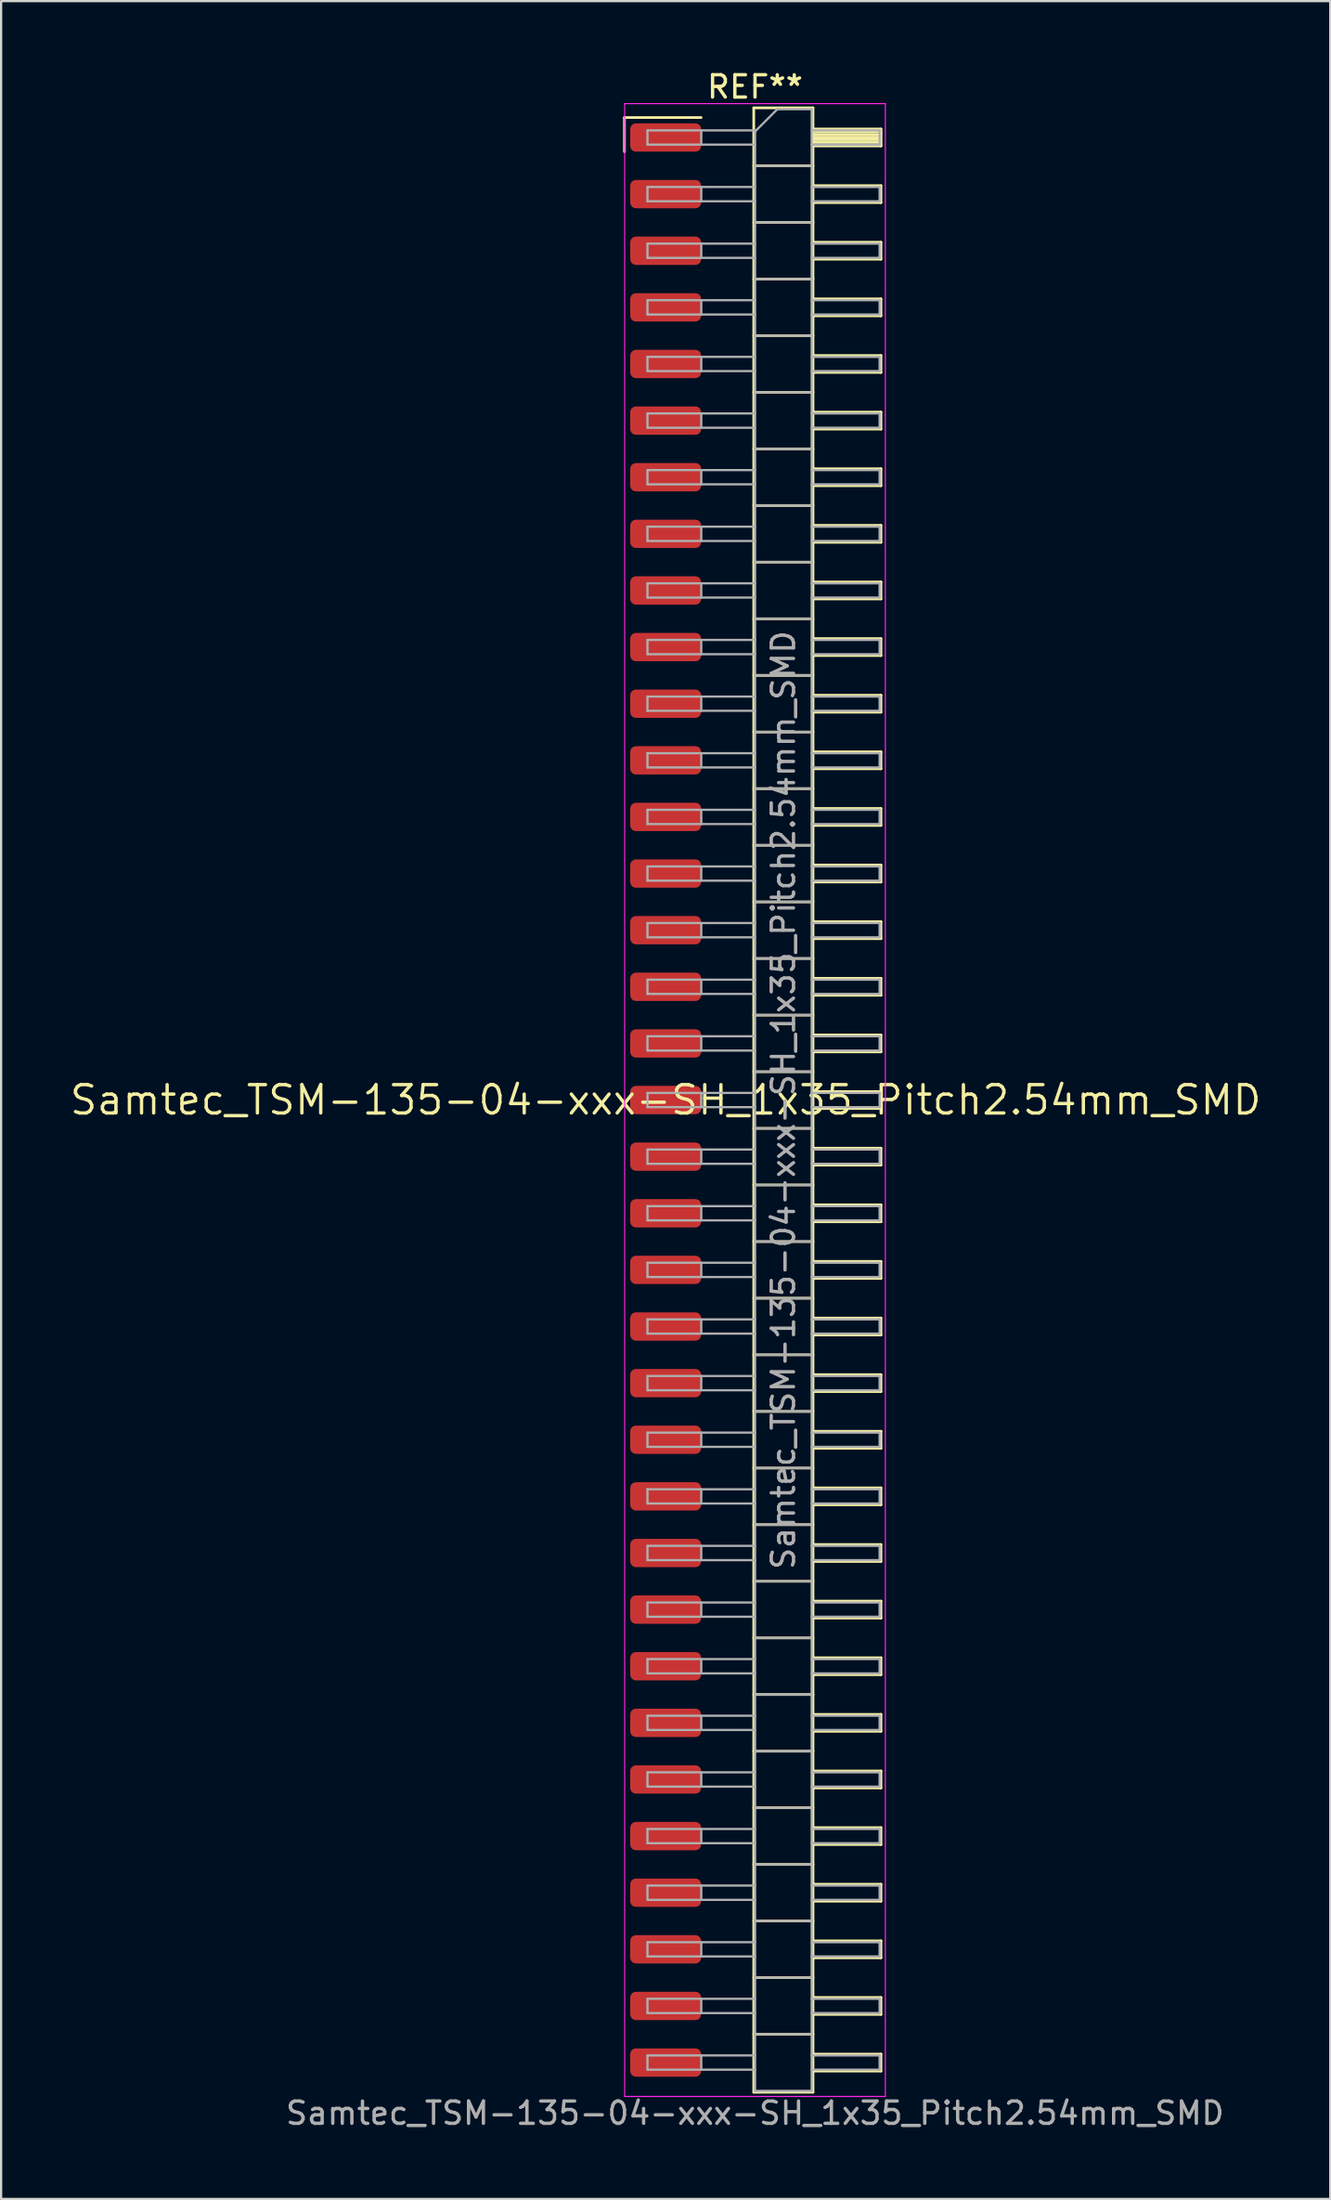
<source format=kicad_pcb>
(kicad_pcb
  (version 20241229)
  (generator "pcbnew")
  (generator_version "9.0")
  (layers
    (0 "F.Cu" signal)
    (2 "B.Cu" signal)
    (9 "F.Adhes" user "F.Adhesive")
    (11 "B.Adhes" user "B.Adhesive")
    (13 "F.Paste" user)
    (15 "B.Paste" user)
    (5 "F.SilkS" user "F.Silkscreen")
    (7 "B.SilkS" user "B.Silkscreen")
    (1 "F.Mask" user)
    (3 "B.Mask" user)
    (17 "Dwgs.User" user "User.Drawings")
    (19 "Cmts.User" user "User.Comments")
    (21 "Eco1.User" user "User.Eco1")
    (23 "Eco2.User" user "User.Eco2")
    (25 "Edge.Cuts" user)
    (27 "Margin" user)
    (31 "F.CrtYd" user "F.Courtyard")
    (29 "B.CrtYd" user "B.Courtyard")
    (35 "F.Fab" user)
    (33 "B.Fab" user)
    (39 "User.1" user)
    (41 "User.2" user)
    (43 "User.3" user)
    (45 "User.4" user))
  (footprint "Samtec_TSM-135-04-xxx-SH_1x35_Pitch2.54mm_SMD"
    (layer "F.Cu")
    (at 26.828 46.298)
    (property "Reference" "Samtec_TSM-135-04-xxx-SH_1x35_Pitch2.54mm_SMD" (at 0 0 0) (layer "F.SilkS") (effects (font (size 1.27 1.27) (thickness 0.15))))
    (attr smd)
    (fp_line (start -1.85 -44.075) (end 1.59 -44.075) (stroke (width 0.12) (type solid)) (layer "F.SilkS"))
    (fp_line (start -1.85 -42.545) (end -1.85 -44.075) (stroke (width 0.12) (type solid)) (layer "F.SilkS"))
    (fp_line (start 3.953 -44.51) (end 6.613 -44.51) (stroke (width 0.12) (type solid)) (layer "F.SilkS"))
    (fp_line (start 3.953 -41.91) (end 6.613 -41.91) (stroke (width 0.12) (type solid)) (layer "F.SilkS"))
    (fp_line (start 3.953 -39.37) (end 6.613 -39.37) (stroke (width 0.12) (type solid)) (layer "F.SilkS"))
    (fp_line (start 3.953 -36.83) (end 6.613 -36.83) (stroke (width 0.12) (type solid)) (layer "F.SilkS"))
    (fp_line (start 3.953 -34.29) (end 6.613 -34.29) (stroke (width 0.12) (type solid)) (layer "F.SilkS"))
    (fp_line (start 3.953 -31.75) (end 6.613 -31.75) (stroke (width 0.12) (type solid)) (layer "F.SilkS"))
    (fp_line (start 3.953 -29.21) (end 6.613 -29.21) (stroke (width 0.12) (type solid)) (layer "F.SilkS"))
    (fp_line (start 3.953 -26.67) (end 6.613 -26.67) (stroke (width 0.12) (type solid)) (layer "F.SilkS"))
    (fp_line (start 3.953 -24.13) (end 6.613 -24.13) (stroke (width 0.12) (type solid)) (layer "F.SilkS"))
    (fp_line (start 3.953 -21.59) (end 6.613 -21.59) (stroke (width 0.12) (type solid)) (layer "F.SilkS"))
    (fp_line (start 3.953 -19.05) (end 6.613 -19.05) (stroke (width 0.12) (type solid)) (layer "F.SilkS"))
    (fp_line (start 3.953 -16.51) (end 6.613 -16.51) (stroke (width 0.12) (type solid)) (layer "F.SilkS"))
    (fp_line (start 3.953 -13.97) (end 6.613 -13.97) (stroke (width 0.12) (type solid)) (layer "F.SilkS"))
    (fp_line (start 3.953 -11.43) (end 6.613 -11.43) (stroke (width 0.12) (type solid)) (layer "F.SilkS"))
    (fp_line (start 3.953 -8.89) (end 6.613 -8.89) (stroke (width 0.12) (type solid)) (layer "F.SilkS"))
    (fp_line (start 3.953 -6.35) (end 6.613 -6.35) (stroke (width 0.12) (type solid)) (layer "F.SilkS"))
    (fp_line (start 3.953 -3.81) (end 6.613 -3.81) (stroke (width 0.12) (type solid)) (layer "F.SilkS"))
    (fp_line (start 3.953 -1.27) (end 6.613 -1.27) (stroke (width 0.12) (type solid)) (layer "F.SilkS"))
    (fp_line (start 3.953 1.27) (end 6.613 1.27) (stroke (width 0.12) (type solid)) (layer "F.SilkS"))
    (fp_line (start 3.953 3.81) (end 6.613 3.81) (stroke (width 0.12) (type solid)) (layer "F.SilkS"))
    (fp_line (start 3.953 6.35) (end 6.613 6.35) (stroke (width 0.12) (type solid)) (layer "F.SilkS"))
    (fp_line (start 3.953 8.89) (end 6.613 8.89) (stroke (width 0.12) (type solid)) (layer "F.SilkS"))
    (fp_line (start 3.953 11.43) (end 6.613 11.43) (stroke (width 0.12) (type solid)) (layer "F.SilkS"))
    (fp_line (start 3.953 13.97) (end 6.613 13.97) (stroke (width 0.12) (type solid)) (layer "F.SilkS"))
    (fp_line (start 3.953 16.51) (end 6.613 16.51) (stroke (width 0.12) (type solid)) (layer "F.SilkS"))
    (fp_line (start 3.953 19.05) (end 6.613 19.05) (stroke (width 0.12) (type solid)) (layer "F.SilkS"))
    (fp_line (start 3.953 21.59) (end 6.613 21.59) (stroke (width 0.12) (type solid)) (layer "F.SilkS"))
    (fp_line (start 3.953 24.13) (end 6.613 24.13) (stroke (width 0.12) (type solid)) (layer "F.SilkS"))
    (fp_line (start 3.953 26.67) (end 6.613 26.67) (stroke (width 0.12) (type solid)) (layer "F.SilkS"))
    (fp_line (start 3.953 29.21) (end 6.613 29.21) (stroke (width 0.12) (type solid)) (layer "F.SilkS"))
    (fp_line (start 3.953 31.75) (end 6.613 31.75) (stroke (width 0.12) (type solid)) (layer "F.SilkS"))
    (fp_line (start 3.953 34.29) (end 6.613 34.29) (stroke (width 0.12) (type solid)) (layer "F.SilkS"))
    (fp_line (start 3.953 36.83) (end 6.613 36.83) (stroke (width 0.12) (type solid)) (layer "F.SilkS"))
    (fp_line (start 3.953 39.37) (end 6.613 39.37) (stroke (width 0.12) (type solid)) (layer "F.SilkS"))
    (fp_line (start 3.953 41.91) (end 6.613 41.91) (stroke (width 0.12) (type solid)) (layer "F.SilkS"))
    (fp_line (start 3.953 44.51) (end 3.953 -44.51) (stroke (width 0.12) (type solid)) (layer "F.SilkS"))
    (fp_line (start 6.613 -44.51) (end 6.613 44.51) (stroke (width 0.12) (type solid)) (layer "F.SilkS"))
    (fp_line (start 6.613 -43.56) (end 9.663 -43.56) (stroke (width 0.12) (type solid)) (layer "F.SilkS"))
    (fp_line (start 6.613 -43.44) (end 9.663 -43.44) (stroke (width 0.12) (type solid)) (layer "F.SilkS"))
    (fp_line (start 6.613 -43.32) (end 9.663 -43.32) (stroke (width 0.12) (type solid)) (layer "F.SilkS"))
    (fp_line (start 6.613 -43.2) (end 9.663 -43.2) (stroke (width 0.12) (type solid)) (layer "F.SilkS"))
    (fp_line (start 6.613 -43.08) (end 9.663 -43.08) (stroke (width 0.12) (type solid)) (layer "F.SilkS"))
    (fp_line (start 6.613 -42.96) (end 9.663 -42.96) (stroke (width 0.12) (type solid)) (layer "F.SilkS"))
    (fp_line (start 6.613 -42.84) (end 9.663 -42.84) (stroke (width 0.12) (type solid)) (layer "F.SilkS"))
    (fp_line (start 6.613 -42.8) (end 9.663 -42.8) (stroke (width 0.12) (type solid)) (layer "F.SilkS"))
    (fp_line (start 6.613 -41.02) (end 9.663 -41.02) (stroke (width 0.12) (type solid)) (layer "F.SilkS"))
    (fp_line (start 6.613 -40.26) (end 9.663 -40.26) (stroke (width 0.12) (type solid)) (layer "F.SilkS"))
    (fp_line (start 6.613 -38.48) (end 9.663 -38.48) (stroke (width 0.12) (type solid)) (layer "F.SilkS"))
    (fp_line (start 6.613 -37.72) (end 9.663 -37.72) (stroke (width 0.12) (type solid)) (layer "F.SilkS"))
    (fp_line (start 6.613 -35.94) (end 9.663 -35.94) (stroke (width 0.12) (type solid)) (layer "F.SilkS"))
    (fp_line (start 6.613 -35.18) (end 9.663 -35.18) (stroke (width 0.12) (type solid)) (layer "F.SilkS"))
    (fp_line (start 6.613 -33.4) (end 9.663 -33.4) (stroke (width 0.12) (type solid)) (layer "F.SilkS"))
    (fp_line (start 6.613 -32.64) (end 9.663 -32.64) (stroke (width 0.12) (type solid)) (layer "F.SilkS"))
    (fp_line (start 6.613 -30.86) (end 9.663 -30.86) (stroke (width 0.12) (type solid)) (layer "F.SilkS"))
    (fp_line (start 6.613 -30.1) (end 9.663 -30.1) (stroke (width 0.12) (type solid)) (layer "F.SilkS"))
    (fp_line (start 6.613 -28.32) (end 9.663 -28.32) (stroke (width 0.12) (type solid)) (layer "F.SilkS"))
    (fp_line (start 6.613 -27.56) (end 9.663 -27.56) (stroke (width 0.12) (type solid)) (layer "F.SilkS"))
    (fp_line (start 6.613 -25.78) (end 9.663 -25.78) (stroke (width 0.12) (type solid)) (layer "F.SilkS"))
    (fp_line (start 6.613 -25.02) (end 9.663 -25.02) (stroke (width 0.12) (type solid)) (layer "F.SilkS"))
    (fp_line (start 6.613 -23.24) (end 9.663 -23.24) (stroke (width 0.12) (type solid)) (layer "F.SilkS"))
    (fp_line (start 6.613 -22.48) (end 9.663 -22.48) (stroke (width 0.12) (type solid)) (layer "F.SilkS"))
    (fp_line (start 6.613 -20.7) (end 9.663 -20.7) (stroke (width 0.12) (type solid)) (layer "F.SilkS"))
    (fp_line (start 6.613 -19.94) (end 9.663 -19.94) (stroke (width 0.12) (type solid)) (layer "F.SilkS"))
    (fp_line (start 6.613 -18.16) (end 9.663 -18.16) (stroke (width 0.12) (type solid)) (layer "F.SilkS"))
    (fp_line (start 6.613 -17.4) (end 9.663 -17.4) (stroke (width 0.12) (type solid)) (layer "F.SilkS"))
    (fp_line (start 6.613 -15.62) (end 9.663 -15.62) (stroke (width 0.12) (type solid)) (layer "F.SilkS"))
    (fp_line (start 6.613 -14.86) (end 9.663 -14.86) (stroke (width 0.12) (type solid)) (layer "F.SilkS"))
    (fp_line (start 6.613 -13.08) (end 9.663 -13.08) (stroke (width 0.12) (type solid)) (layer "F.SilkS"))
    (fp_line (start 6.613 -12.32) (end 9.663 -12.32) (stroke (width 0.12) (type solid)) (layer "F.SilkS"))
    (fp_line (start 6.613 -10.54) (end 9.663 -10.54) (stroke (width 0.12) (type solid)) (layer "F.SilkS"))
    (fp_line (start 6.613 -9.78) (end 9.663 -9.78) (stroke (width 0.12) (type solid)) (layer "F.SilkS"))
    (fp_line (start 6.613 -8) (end 9.663 -8) (stroke (width 0.12) (type solid)) (layer "F.SilkS"))
    (fp_line (start 6.613 -7.24) (end 9.663 -7.24) (stroke (width 0.12) (type solid)) (layer "F.SilkS"))
    (fp_line (start 6.613 -5.46) (end 9.663 -5.46) (stroke (width 0.12) (type solid)) (layer "F.SilkS"))
    (fp_line (start 6.613 -4.7) (end 9.663 -4.7) (stroke (width 0.12) (type solid)) (layer "F.SilkS"))
    (fp_line (start 6.613 -2.92) (end 9.663 -2.92) (stroke (width 0.12) (type solid)) (layer "F.SilkS"))
    (fp_line (start 6.613 -2.16) (end 9.663 -2.16) (stroke (width 0.12) (type solid)) (layer "F.SilkS"))
    (fp_line (start 6.613 -0.38) (end 9.663 -0.38) (stroke (width 0.12) (type solid)) (layer "F.SilkS"))
    (fp_line (start 6.613 0.38) (end 9.663 0.38) (stroke (width 0.12) (type solid)) (layer "F.SilkS"))
    (fp_line (start 6.613 2.16) (end 9.663 2.16) (stroke (width 0.12) (type solid)) (layer "F.SilkS"))
    (fp_line (start 6.613 2.92) (end 9.663 2.92) (stroke (width 0.12) (type solid)) (layer "F.SilkS"))
    (fp_line (start 6.613 4.7) (end 9.663 4.7) (stroke (width 0.12) (type solid)) (layer "F.SilkS"))
    (fp_line (start 6.613 5.46) (end 9.663 5.46) (stroke (width 0.12) (type solid)) (layer "F.SilkS"))
    (fp_line (start 6.613 7.24) (end 9.663 7.24) (stroke (width 0.12) (type solid)) (layer "F.SilkS"))
    (fp_line (start 6.613 8) (end 9.663 8) (stroke (width 0.12) (type solid)) (layer "F.SilkS"))
    (fp_line (start 6.613 9.78) (end 9.663 9.78) (stroke (width 0.12) (type solid)) (layer "F.SilkS"))
    (fp_line (start 6.613 10.54) (end 9.663 10.54) (stroke (width 0.12) (type solid)) (layer "F.SilkS"))
    (fp_line (start 6.613 12.32) (end 9.663 12.32) (stroke (width 0.12) (type solid)) (layer "F.SilkS"))
    (fp_line (start 6.613 13.08) (end 9.663 13.08) (stroke (width 0.12) (type solid)) (layer "F.SilkS"))
    (fp_line (start 6.613 14.86) (end 9.663 14.86) (stroke (width 0.12) (type solid)) (layer "F.SilkS"))
    (fp_line (start 6.613 15.62) (end 9.663 15.62) (stroke (width 0.12) (type solid)) (layer "F.SilkS"))
    (fp_line (start 6.613 17.4) (end 9.663 17.4) (stroke (width 0.12) (type solid)) (layer "F.SilkS"))
    (fp_line (start 6.613 18.16) (end 9.663 18.16) (stroke (width 0.12) (type solid)) (layer "F.SilkS"))
    (fp_line (start 6.613 19.94) (end 9.663 19.94) (stroke (width 0.12) (type solid)) (layer "F.SilkS"))
    (fp_line (start 6.613 20.7) (end 9.663 20.7) (stroke (width 0.12) (type solid)) (layer "F.SilkS"))
    (fp_line (start 6.613 22.48) (end 9.663 22.48) (stroke (width 0.12) (type solid)) (layer "F.SilkS"))
    (fp_line (start 6.613 23.24) (end 9.663 23.24) (stroke (width 0.12) (type solid)) (layer "F.SilkS"))
    (fp_line (start 6.613 25.02) (end 9.663 25.02) (stroke (width 0.12) (type solid)) (layer "F.SilkS"))
    (fp_line (start 6.613 25.78) (end 9.663 25.78) (stroke (width 0.12) (type solid)) (layer "F.SilkS"))
    (fp_line (start 6.613 27.56) (end 9.663 27.56) (stroke (width 0.12) (type solid)) (layer "F.SilkS"))
    (fp_line (start 6.613 28.32) (end 9.663 28.32) (stroke (width 0.12) (type solid)) (layer "F.SilkS"))
    (fp_line (start 6.613 30.1) (end 9.663 30.1) (stroke (width 0.12) (type solid)) (layer "F.SilkS"))
    (fp_line (start 6.613 30.86) (end 9.663 30.86) (stroke (width 0.12) (type solid)) (layer "F.SilkS"))
    (fp_line (start 6.613 32.64) (end 9.663 32.64) (stroke (width 0.12) (type solid)) (layer "F.SilkS"))
    (fp_line (start 6.613 33.4) (end 9.663 33.4) (stroke (width 0.12) (type solid)) (layer "F.SilkS"))
    (fp_line (start 6.613 35.18) (end 9.663 35.18) (stroke (width 0.12) (type solid)) (layer "F.SilkS"))
    (fp_line (start 6.613 35.94) (end 9.663 35.94) (stroke (width 0.12) (type solid)) (layer "F.SilkS"))
    (fp_line (start 6.613 37.72) (end 9.663 37.72) (stroke (width 0.12) (type solid)) (layer "F.SilkS"))
    (fp_line (start 6.613 38.48) (end 9.663 38.48) (stroke (width 0.12) (type solid)) (layer "F.SilkS"))
    (fp_line (start 6.613 40.26) (end 9.663 40.26) (stroke (width 0.12) (type solid)) (layer "F.SilkS"))
    (fp_line (start 6.613 41.02) (end 9.663 41.02) (stroke (width 0.12) (type solid)) (layer "F.SilkS"))
    (fp_line (start 6.613 42.8) (end 9.663 42.8) (stroke (width 0.12) (type solid)) (layer "F.SilkS"))
    (fp_line (start 6.613 43.56) (end 9.663 43.56) (stroke (width 0.12) (type solid)) (layer "F.SilkS"))
    (fp_line (start 6.613 44.51) (end 3.953 44.51) (stroke (width 0.12) (type solid)) (layer "F.SilkS"))
    (fp_line (start 9.663 -43.56) (end 9.663 -42.8) (stroke (width 0.12) (type solid)) (layer "F.SilkS"))
    (fp_line (start 9.663 -41.02) (end 9.663 -40.26) (stroke (width 0.12) (type solid)) (layer "F.SilkS"))
    (fp_line (start 9.663 -38.48) (end 9.663 -37.72) (stroke (width 0.12) (type solid)) (layer "F.SilkS"))
    (fp_line (start 9.663 -35.94) (end 9.663 -35.18) (stroke (width 0.12) (type solid)) (layer "F.SilkS"))
    (fp_line (start 9.663 -33.4) (end 9.663 -32.64) (stroke (width 0.12) (type solid)) (layer "F.SilkS"))
    (fp_line (start 9.663 -30.86) (end 9.663 -30.1) (stroke (width 0.12) (type solid)) (layer "F.SilkS"))
    (fp_line (start 9.663 -28.32) (end 9.663 -27.56) (stroke (width 0.12) (type solid)) (layer "F.SilkS"))
    (fp_line (start 9.663 -25.78) (end 9.663 -25.02) (stroke (width 0.12) (type solid)) (layer "F.SilkS"))
    (fp_line (start 9.663 -23.24) (end 9.663 -22.48) (stroke (width 0.12) (type solid)) (layer "F.SilkS"))
    (fp_line (start 9.663 -20.7) (end 9.663 -19.94) (stroke (width 0.12) (type solid)) (layer "F.SilkS"))
    (fp_line (start 9.663 -18.16) (end 9.663 -17.4) (stroke (width 0.12) (type solid)) (layer "F.SilkS"))
    (fp_line (start 9.663 -15.62) (end 9.663 -14.86) (stroke (width 0.12) (type solid)) (layer "F.SilkS"))
    (fp_line (start 9.663 -13.08) (end 9.663 -12.32) (stroke (width 0.12) (type solid)) (layer "F.SilkS"))
    (fp_line (start 9.663 -10.54) (end 9.663 -9.78) (stroke (width 0.12) (type solid)) (layer "F.SilkS"))
    (fp_line (start 9.663 -8) (end 9.663 -7.24) (stroke (width 0.12) (type solid)) (layer "F.SilkS"))
    (fp_line (start 9.663 -5.46) (end 9.663 -4.7) (stroke (width 0.12) (type solid)) (layer "F.SilkS"))
    (fp_line (start 9.663 -2.92) (end 9.663 -2.16) (stroke (width 0.12) (type solid)) (layer "F.SilkS"))
    (fp_line (start 9.663 -0.38) (end 9.663 0.38) (stroke (width 0.12) (type solid)) (layer "F.SilkS"))
    (fp_line (start 9.663 2.16) (end 9.663 2.92) (stroke (width 0.12) (type solid)) (layer "F.SilkS"))
    (fp_line (start 9.663 4.7) (end 9.663 5.46) (stroke (width 0.12) (type solid)) (layer "F.SilkS"))
    (fp_line (start 9.663 7.24) (end 9.663 8) (stroke (width 0.12) (type solid)) (layer "F.SilkS"))
    (fp_line (start 9.663 9.78) (end 9.663 10.54) (stroke (width 0.12) (type solid)) (layer "F.SilkS"))
    (fp_line (start 9.663 12.32) (end 9.663 13.08) (stroke (width 0.12) (type solid)) (layer "F.SilkS"))
    (fp_line (start 9.663 14.86) (end 9.663 15.62) (stroke (width 0.12) (type solid)) (layer "F.SilkS"))
    (fp_line (start 9.663 17.4) (end 9.663 18.16) (stroke (width 0.12) (type solid)) (layer "F.SilkS"))
    (fp_line (start 9.663 19.94) (end 9.663 20.7) (stroke (width 0.12) (type solid)) (layer "F.SilkS"))
    (fp_line (start 9.663 22.48) (end 9.663 23.24) (stroke (width 0.12) (type solid)) (layer "F.SilkS"))
    (fp_line (start 9.663 25.02) (end 9.663 25.78) (stroke (width 0.12) (type solid)) (layer "F.SilkS"))
    (fp_line (start 9.663 27.56) (end 9.663 28.32) (stroke (width 0.12) (type solid)) (layer "F.SilkS"))
    (fp_line (start 9.663 30.1) (end 9.663 30.86) (stroke (width 0.12) (type solid)) (layer "F.SilkS"))
    (fp_line (start 9.663 32.64) (end 9.663 33.4) (stroke (width 0.12) (type solid)) (layer "F.SilkS"))
    (fp_line (start 9.663 35.18) (end 9.663 35.94) (stroke (width 0.12) (type solid)) (layer "F.SilkS"))
    (fp_line (start 9.663 37.72) (end 9.663 38.48) (stroke (width 0.12) (type solid)) (layer "F.SilkS"))
    (fp_line (start 9.663 40.26) (end 9.663 41.02) (stroke (width 0.12) (type solid)) (layer "F.SilkS"))
    (fp_line (start 9.663 42.8) (end 9.663 43.56) (stroke (width 0.12) (type solid)) (layer "F.SilkS"))
    (fp_line (start -1.84 -44.7) (end 9.86 -44.7) (stroke (width 0.05) (type solid)) (layer "F.CrtYd"))
    (fp_line (start -1.84 44.7) (end -1.84 -44.7) (stroke (width 0.05) (type solid)) (layer "F.CrtYd"))
    (fp_line (start 9.86 -44.7) (end 9.86 44.7) (stroke (width 0.05) (type solid)) (layer "F.CrtYd"))
    (fp_line (start 9.86 44.7) (end -1.84 44.7) (stroke (width 0.05) (type solid)) (layer "F.CrtYd"))
    (fp_line (start -0.817 -43.5) (end -0.817 -42.86) (stroke (width 0.1) (type solid)) (layer "F.Fab"))
    (fp_line (start -0.817 -43.5) (end 4.013 -43.5) (stroke (width 0.1) (type solid)) (layer "F.Fab"))
    (fp_line (start -0.817 -42.86) (end 4.013 -42.86) (stroke (width 0.1) (type solid)) (layer "F.Fab"))
    (fp_line (start -0.817 -40.96) (end -0.817 -40.32) (stroke (width 0.1) (type solid)) (layer "F.Fab"))
    (fp_line (start -0.817 -40.96) (end 4.013 -40.96) (stroke (width 0.1) (type solid)) (layer "F.Fab"))
    (fp_line (start -0.817 -40.32) (end 4.013 -40.32) (stroke (width 0.1) (type solid)) (layer "F.Fab"))
    (fp_line (start -0.817 -38.42) (end -0.817 -37.78) (stroke (width 0.1) (type solid)) (layer "F.Fab"))
    (fp_line (start -0.817 -38.42) (end 4.013 -38.42) (stroke (width 0.1) (type solid)) (layer "F.Fab"))
    (fp_line (start -0.817 -37.78) (end 4.013 -37.78) (stroke (width 0.1) (type solid)) (layer "F.Fab"))
    (fp_line (start -0.817 -35.88) (end -0.817 -35.24) (stroke (width 0.1) (type solid)) (layer "F.Fab"))
    (fp_line (start -0.817 -35.88) (end 4.013 -35.88) (stroke (width 0.1) (type solid)) (layer "F.Fab"))
    (fp_line (start -0.817 -35.24) (end 4.013 -35.24) (stroke (width 0.1) (type solid)) (layer "F.Fab"))
    (fp_line (start -0.817 -33.34) (end -0.817 -32.7) (stroke (width 0.1) (type solid)) (layer "F.Fab"))
    (fp_line (start -0.817 -33.34) (end 4.013 -33.34) (stroke (width 0.1) (type solid)) (layer "F.Fab"))
    (fp_line (start -0.817 -32.7) (end 4.013 -32.7) (stroke (width 0.1) (type solid)) (layer "F.Fab"))
    (fp_line (start -0.817 -30.8) (end -0.817 -30.16) (stroke (width 0.1) (type solid)) (layer "F.Fab"))
    (fp_line (start -0.817 -30.8) (end 4.013 -30.8) (stroke (width 0.1) (type solid)) (layer "F.Fab"))
    (fp_line (start -0.817 -30.16) (end 4.013 -30.16) (stroke (width 0.1) (type solid)) (layer "F.Fab"))
    (fp_line (start -0.817 -28.26) (end -0.817 -27.62) (stroke (width 0.1) (type solid)) (layer "F.Fab"))
    (fp_line (start -0.817 -28.26) (end 4.013 -28.26) (stroke (width 0.1) (type solid)) (layer "F.Fab"))
    (fp_line (start -0.817 -27.62) (end 4.013 -27.62) (stroke (width 0.1) (type solid)) (layer "F.Fab"))
    (fp_line (start -0.817 -25.72) (end -0.817 -25.08) (stroke (width 0.1) (type solid)) (layer "F.Fab"))
    (fp_line (start -0.817 -25.72) (end 4.013 -25.72) (stroke (width 0.1) (type solid)) (layer "F.Fab"))
    (fp_line (start -0.817 -25.08) (end 4.013 -25.08) (stroke (width 0.1) (type solid)) (layer "F.Fab"))
    (fp_line (start -0.817 -23.18) (end -0.817 -22.54) (stroke (width 0.1) (type solid)) (layer "F.Fab"))
    (fp_line (start -0.817 -23.18) (end 4.013 -23.18) (stroke (width 0.1) (type solid)) (layer "F.Fab"))
    (fp_line (start -0.817 -22.54) (end 4.013 -22.54) (stroke (width 0.1) (type solid)) (layer "F.Fab"))
    (fp_line (start -0.817 -20.64) (end -0.817 -20) (stroke (width 0.1) (type solid)) (layer "F.Fab"))
    (fp_line (start -0.817 -20.64) (end 4.013 -20.64) (stroke (width 0.1) (type solid)) (layer "F.Fab"))
    (fp_line (start -0.817 -20) (end 4.013 -20) (stroke (width 0.1) (type solid)) (layer "F.Fab"))
    (fp_line (start -0.817 -18.1) (end -0.817 -17.46) (stroke (width 0.1) (type solid)) (layer "F.Fab"))
    (fp_line (start -0.817 -18.1) (end 4.013 -18.1) (stroke (width 0.1) (type solid)) (layer "F.Fab"))
    (fp_line (start -0.817 -17.46) (end 4.013 -17.46) (stroke (width 0.1) (type solid)) (layer "F.Fab"))
    (fp_line (start -0.817 -15.56) (end -0.817 -14.92) (stroke (width 0.1) (type solid)) (layer "F.Fab"))
    (fp_line (start -0.817 -15.56) (end 4.013 -15.56) (stroke (width 0.1) (type solid)) (layer "F.Fab"))
    (fp_line (start -0.817 -14.92) (end 4.013 -14.92) (stroke (width 0.1) (type solid)) (layer "F.Fab"))
    (fp_line (start -0.817 -13.02) (end -0.817 -12.38) (stroke (width 0.1) (type solid)) (layer "F.Fab"))
    (fp_line (start -0.817 -13.02) (end 4.013 -13.02) (stroke (width 0.1) (type solid)) (layer "F.Fab"))
    (fp_line (start -0.817 -12.38) (end 4.013 -12.38) (stroke (width 0.1) (type solid)) (layer "F.Fab"))
    (fp_line (start -0.817 -10.48) (end -0.817 -9.84) (stroke (width 0.1) (type solid)) (layer "F.Fab"))
    (fp_line (start -0.817 -10.48) (end 4.013 -10.48) (stroke (width 0.1) (type solid)) (layer "F.Fab"))
    (fp_line (start -0.817 -9.84) (end 4.013 -9.84) (stroke (width 0.1) (type solid)) (layer "F.Fab"))
    (fp_line (start -0.817 -7.94) (end -0.817 -7.3) (stroke (width 0.1) (type solid)) (layer "F.Fab"))
    (fp_line (start -0.817 -7.94) (end 4.013 -7.94) (stroke (width 0.1) (type solid)) (layer "F.Fab"))
    (fp_line (start -0.817 -7.3) (end 4.013 -7.3) (stroke (width 0.1) (type solid)) (layer "F.Fab"))
    (fp_line (start -0.817 -5.4) (end -0.817 -4.76) (stroke (width 0.1) (type solid)) (layer "F.Fab"))
    (fp_line (start -0.817 -5.4) (end 4.013 -5.4) (stroke (width 0.1) (type solid)) (layer "F.Fab"))
    (fp_line (start -0.817 -4.76) (end 4.013 -4.76) (stroke (width 0.1) (type solid)) (layer "F.Fab"))
    (fp_line (start -0.817 -2.86) (end -0.817 -2.22) (stroke (width 0.1) (type solid)) (layer "F.Fab"))
    (fp_line (start -0.817 -2.86) (end 4.013 -2.86) (stroke (width 0.1) (type solid)) (layer "F.Fab"))
    (fp_line (start -0.817 -2.22) (end 4.013 -2.22) (stroke (width 0.1) (type solid)) (layer "F.Fab"))
    (fp_line (start -0.817 -0.32) (end -0.817 0.32) (stroke (width 0.1) (type solid)) (layer "F.Fab"))
    (fp_line (start -0.817 -0.32) (end 4.013 -0.32) (stroke (width 0.1) (type solid)) (layer "F.Fab"))
    (fp_line (start -0.817 0.32) (end 4.013 0.32) (stroke (width 0.1) (type solid)) (layer "F.Fab"))
    (fp_line (start -0.817 2.22) (end -0.817 2.86) (stroke (width 0.1) (type solid)) (layer "F.Fab"))
    (fp_line (start -0.817 2.22) (end 4.013 2.22) (stroke (width 0.1) (type solid)) (layer "F.Fab"))
    (fp_line (start -0.817 2.86) (end 4.013 2.86) (stroke (width 0.1) (type solid)) (layer "F.Fab"))
    (fp_line (start -0.817 4.76) (end -0.817 5.4) (stroke (width 0.1) (type solid)) (layer "F.Fab"))
    (fp_line (start -0.817 4.76) (end 4.013 4.76) (stroke (width 0.1) (type solid)) (layer "F.Fab"))
    (fp_line (start -0.817 5.4) (end 4.013 5.4) (stroke (width 0.1) (type solid)) (layer "F.Fab"))
    (fp_line (start -0.817 7.3) (end -0.817 7.94) (stroke (width 0.1) (type solid)) (layer "F.Fab"))
    (fp_line (start -0.817 7.3) (end 4.013 7.3) (stroke (width 0.1) (type solid)) (layer "F.Fab"))
    (fp_line (start -0.817 7.94) (end 4.013 7.94) (stroke (width 0.1) (type solid)) (layer "F.Fab"))
    (fp_line (start -0.817 9.84) (end -0.817 10.48) (stroke (width 0.1) (type solid)) (layer "F.Fab"))
    (fp_line (start -0.817 9.84) (end 4.013 9.84) (stroke (width 0.1) (type solid)) (layer "F.Fab"))
    (fp_line (start -0.817 10.48) (end 4.013 10.48) (stroke (width 0.1) (type solid)) (layer "F.Fab"))
    (fp_line (start -0.817 12.38) (end -0.817 13.02) (stroke (width 0.1) (type solid)) (layer "F.Fab"))
    (fp_line (start -0.817 12.38) (end 4.013 12.38) (stroke (width 0.1) (type solid)) (layer "F.Fab"))
    (fp_line (start -0.817 13.02) (end 4.013 13.02) (stroke (width 0.1) (type solid)) (layer "F.Fab"))
    (fp_line (start -0.817 14.92) (end -0.817 15.56) (stroke (width 0.1) (type solid)) (layer "F.Fab"))
    (fp_line (start -0.817 14.92) (end 4.013 14.92) (stroke (width 0.1) (type solid)) (layer "F.Fab"))
    (fp_line (start -0.817 15.56) (end 4.013 15.56) (stroke (width 0.1) (type solid)) (layer "F.Fab"))
    (fp_line (start -0.817 17.46) (end -0.817 18.1) (stroke (width 0.1) (type solid)) (layer "F.Fab"))
    (fp_line (start -0.817 17.46) (end 4.013 17.46) (stroke (width 0.1) (type solid)) (layer "F.Fab"))
    (fp_line (start -0.817 18.1) (end 4.013 18.1) (stroke (width 0.1) (type solid)) (layer "F.Fab"))
    (fp_line (start -0.817 20) (end -0.817 20.64) (stroke (width 0.1) (type solid)) (layer "F.Fab"))
    (fp_line (start -0.817 20) (end 4.013 20) (stroke (width 0.1) (type solid)) (layer "F.Fab"))
    (fp_line (start -0.817 20.64) (end 4.013 20.64) (stroke (width 0.1) (type solid)) (layer "F.Fab"))
    (fp_line (start -0.817 22.54) (end -0.817 23.18) (stroke (width 0.1) (type solid)) (layer "F.Fab"))
    (fp_line (start -0.817 22.54) (end 4.013 22.54) (stroke (width 0.1) (type solid)) (layer "F.Fab"))
    (fp_line (start -0.817 23.18) (end 4.013 23.18) (stroke (width 0.1) (type solid)) (layer "F.Fab"))
    (fp_line (start -0.817 25.08) (end -0.817 25.72) (stroke (width 0.1) (type solid)) (layer "F.Fab"))
    (fp_line (start -0.817 25.08) (end 4.013 25.08) (stroke (width 0.1) (type solid)) (layer "F.Fab"))
    (fp_line (start -0.817 25.72) (end 4.013 25.72) (stroke (width 0.1) (type solid)) (layer "F.Fab"))
    (fp_line (start -0.817 27.62) (end -0.817 28.26) (stroke (width 0.1) (type solid)) (layer "F.Fab"))
    (fp_line (start -0.817 27.62) (end 4.013 27.62) (stroke (width 0.1) (type solid)) (layer "F.Fab"))
    (fp_line (start -0.817 28.26) (end 4.013 28.26) (stroke (width 0.1) (type solid)) (layer "F.Fab"))
    (fp_line (start -0.817 30.16) (end -0.817 30.8) (stroke (width 0.1) (type solid)) (layer "F.Fab"))
    (fp_line (start -0.817 30.16) (end 4.013 30.16) (stroke (width 0.1) (type solid)) (layer "F.Fab"))
    (fp_line (start -0.817 30.8) (end 4.013 30.8) (stroke (width 0.1) (type solid)) (layer "F.Fab"))
    (fp_line (start -0.817 32.7) (end -0.817 33.34) (stroke (width 0.1) (type solid)) (layer "F.Fab"))
    (fp_line (start -0.817 32.7) (end 4.013 32.7) (stroke (width 0.1) (type solid)) (layer "F.Fab"))
    (fp_line (start -0.817 33.34) (end 4.013 33.34) (stroke (width 0.1) (type solid)) (layer "F.Fab"))
    (fp_line (start -0.817 35.24) (end -0.817 35.88) (stroke (width 0.1) (type solid)) (layer "F.Fab"))
    (fp_line (start -0.817 35.24) (end 4.013 35.24) (stroke (width 0.1) (type solid)) (layer "F.Fab"))
    (fp_line (start -0.817 35.88) (end 4.013 35.88) (stroke (width 0.1) (type solid)) (layer "F.Fab"))
    (fp_line (start -0.817 37.78) (end -0.817 38.42) (stroke (width 0.1) (type solid)) (layer "F.Fab"))
    (fp_line (start -0.817 37.78) (end 4.013 37.78) (stroke (width 0.1) (type solid)) (layer "F.Fab"))
    (fp_line (start -0.817 38.42) (end 4.013 38.42) (stroke (width 0.1) (type solid)) (layer "F.Fab"))
    (fp_line (start -0.817 40.32) (end -0.817 40.96) (stroke (width 0.1) (type solid)) (layer "F.Fab"))
    (fp_line (start -0.817 40.32) (end 4.013 40.32) (stroke (width 0.1) (type solid)) (layer "F.Fab"))
    (fp_line (start -0.817 40.96) (end 4.013 40.96) (stroke (width 0.1) (type solid)) (layer "F.Fab"))
    (fp_line (start -0.817 42.86) (end -0.817 43.5) (stroke (width 0.1) (type solid)) (layer "F.Fab"))
    (fp_line (start -0.817 42.86) (end 4.013 42.86) (stroke (width 0.1) (type solid)) (layer "F.Fab"))
    (fp_line (start -0.817 43.5) (end 4.013 43.5) (stroke (width 0.1) (type solid)) (layer "F.Fab"))
    (fp_line (start 1.598 -43.5) (end 1.598 -42.86) (stroke (width 0.1) (type solid)) (layer "F.Fab"))
    (fp_line (start 1.598 -40.96) (end 1.598 -40.32) (stroke (width 0.1) (type solid)) (layer "F.Fab"))
    (fp_line (start 1.598 -38.42) (end 1.598 -37.78) (stroke (width 0.1) (type solid)) (layer "F.Fab"))
    (fp_line (start 1.598 -35.88) (end 1.598 -35.24) (stroke (width 0.1) (type solid)) (layer "F.Fab"))
    (fp_line (start 1.598 -33.34) (end 1.598 -32.7) (stroke (width 0.1) (type solid)) (layer "F.Fab"))
    (fp_line (start 1.598 -30.8) (end 1.598 -30.16) (stroke (width 0.1) (type solid)) (layer "F.Fab"))
    (fp_line (start 1.598 -28.26) (end 1.598 -27.62) (stroke (width 0.1) (type solid)) (layer "F.Fab"))
    (fp_line (start 1.598 -25.72) (end 1.598 -25.08) (stroke (width 0.1) (type solid)) (layer "F.Fab"))
    (fp_line (start 1.598 -23.18) (end 1.598 -22.54) (stroke (width 0.1) (type solid)) (layer "F.Fab"))
    (fp_line (start 1.598 -20.64) (end 1.598 -20) (stroke (width 0.1) (type solid)) (layer "F.Fab"))
    (fp_line (start 1.598 -18.1) (end 1.598 -17.46) (stroke (width 0.1) (type solid)) (layer "F.Fab"))
    (fp_line (start 1.598 -15.56) (end 1.598 -14.92) (stroke (width 0.1) (type solid)) (layer "F.Fab"))
    (fp_line (start 1.598 -13.02) (end 1.598 -12.38) (stroke (width 0.1) (type solid)) (layer "F.Fab"))
    (fp_line (start 1.598 -10.48) (end 1.598 -9.84) (stroke (width 0.1) (type solid)) (layer "F.Fab"))
    (fp_line (start 1.598 -7.94) (end 1.598 -7.3) (stroke (width 0.1) (type solid)) (layer "F.Fab"))
    (fp_line (start 1.598 -5.4) (end 1.598 -4.76) (stroke (width 0.1) (type solid)) (layer "F.Fab"))
    (fp_line (start 1.598 -2.86) (end 1.598 -2.22) (stroke (width 0.1) (type solid)) (layer "F.Fab"))
    (fp_line (start 1.598 -0.32) (end 1.598 0.32) (stroke (width 0.1) (type solid)) (layer "F.Fab"))
    (fp_line (start 1.598 2.22) (end 1.598 2.86) (stroke (width 0.1) (type solid)) (layer "F.Fab"))
    (fp_line (start 1.598 4.76) (end 1.598 5.4) (stroke (width 0.1) (type solid)) (layer "F.Fab"))
    (fp_line (start 1.598 7.3) (end 1.598 7.94) (stroke (width 0.1) (type solid)) (layer "F.Fab"))
    (fp_line (start 1.598 9.84) (end 1.598 10.48) (stroke (width 0.1) (type solid)) (layer "F.Fab"))
    (fp_line (start 1.598 12.38) (end 1.598 13.02) (stroke (width 0.1) (type solid)) (layer "F.Fab"))
    (fp_line (start 1.598 14.92) (end 1.598 15.56) (stroke (width 0.1) (type solid)) (layer "F.Fab"))
    (fp_line (start 1.598 17.46) (end 1.598 18.1) (stroke (width 0.1) (type solid)) (layer "F.Fab"))
    (fp_line (start 1.598 20) (end 1.598 20.64) (stroke (width 0.1) (type solid)) (layer "F.Fab"))
    (fp_line (start 1.598 22.54) (end 1.598 23.18) (stroke (width 0.1) (type solid)) (layer "F.Fab"))
    (fp_line (start 1.598 25.08) (end 1.598 25.72) (stroke (width 0.1) (type solid)) (layer "F.Fab"))
    (fp_line (start 1.598 27.62) (end 1.598 28.26) (stroke (width 0.1) (type solid)) (layer "F.Fab"))
    (fp_line (start 1.598 30.16) (end 1.598 30.8) (stroke (width 0.1) (type solid)) (layer "F.Fab"))
    (fp_line (start 1.598 32.7) (end 1.598 33.34) (stroke (width 0.1) (type solid)) (layer "F.Fab"))
    (fp_line (start 1.598 35.24) (end 1.598 35.88) (stroke (width 0.1) (type solid)) (layer "F.Fab"))
    (fp_line (start 1.598 37.78) (end 1.598 38.42) (stroke (width 0.1) (type solid)) (layer "F.Fab"))
    (fp_line (start 1.598 40.32) (end 1.598 40.96) (stroke (width 0.1) (type solid)) (layer "F.Fab"))
    (fp_line (start 1.598 42.86) (end 1.598 43.5) (stroke (width 0.1) (type solid)) (layer "F.Fab"))
    (fp_line (start 4.013 -43.45) (end 5.013 -44.45) (stroke (width 0.1) (type solid)) (layer "F.Fab"))
    (fp_line (start 4.013 -41.91) (end 6.553 -41.91) (stroke (width 0.1) (type solid)) (layer "F.Fab"))
    (fp_line (start 4.013 -39.37) (end 6.553 -39.37) (stroke (width 0.1) (type solid)) (layer "F.Fab"))
    (fp_line (start 4.013 -36.83) (end 6.553 -36.83) (stroke (width 0.1) (type solid)) (layer "F.Fab"))
    (fp_line (start 4.013 -34.29) (end 6.553 -34.29) (stroke (width 0.1) (type solid)) (layer "F.Fab"))
    (fp_line (start 4.013 -31.75) (end 6.553 -31.75) (stroke (width 0.1) (type solid)) (layer "F.Fab"))
    (fp_line (start 4.013 -29.21) (end 6.553 -29.21) (stroke (width 0.1) (type solid)) (layer "F.Fab"))
    (fp_line (start 4.013 -26.67) (end 6.553 -26.67) (stroke (width 0.1) (type solid)) (layer "F.Fab"))
    (fp_line (start 4.013 -24.13) (end 6.553 -24.13) (stroke (width 0.1) (type solid)) (layer "F.Fab"))
    (fp_line (start 4.013 -21.59) (end 6.553 -21.59) (stroke (width 0.1) (type solid)) (layer "F.Fab"))
    (fp_line (start 4.013 -19.05) (end 6.553 -19.05) (stroke (width 0.1) (type solid)) (layer "F.Fab"))
    (fp_line (start 4.013 -16.51) (end 6.553 -16.51) (stroke (width 0.1) (type solid)) (layer "F.Fab"))
    (fp_line (start 4.013 -13.97) (end 6.553 -13.97) (stroke (width 0.1) (type solid)) (layer "F.Fab"))
    (fp_line (start 4.013 -11.43) (end 6.553 -11.43) (stroke (width 0.1) (type solid)) (layer "F.Fab"))
    (fp_line (start 4.013 -8.89) (end 6.553 -8.89) (stroke (width 0.1) (type solid)) (layer "F.Fab"))
    (fp_line (start 4.013 -6.35) (end 6.553 -6.35) (stroke (width 0.1) (type solid)) (layer "F.Fab"))
    (fp_line (start 4.013 -3.81) (end 6.553 -3.81) (stroke (width 0.1) (type solid)) (layer "F.Fab"))
    (fp_line (start 4.013 -1.27) (end 6.553 -1.27) (stroke (width 0.1) (type solid)) (layer "F.Fab"))
    (fp_line (start 4.013 1.27) (end 6.553 1.27) (stroke (width 0.1) (type solid)) (layer "F.Fab"))
    (fp_line (start 4.013 3.81) (end 6.553 3.81) (stroke (width 0.1) (type solid)) (layer "F.Fab"))
    (fp_line (start 4.013 6.35) (end 6.553 6.35) (stroke (width 0.1) (type solid)) (layer "F.Fab"))
    (fp_line (start 4.013 8.89) (end 6.553 8.89) (stroke (width 0.1) (type solid)) (layer "F.Fab"))
    (fp_line (start 4.013 11.43) (end 6.553 11.43) (stroke (width 0.1) (type solid)) (layer "F.Fab"))
    (fp_line (start 4.013 13.97) (end 6.553 13.97) (stroke (width 0.1) (type solid)) (layer "F.Fab"))
    (fp_line (start 4.013 16.51) (end 6.553 16.51) (stroke (width 0.1) (type solid)) (layer "F.Fab"))
    (fp_line (start 4.013 19.05) (end 6.553 19.05) (stroke (width 0.1) (type solid)) (layer "F.Fab"))
    (fp_line (start 4.013 21.59) (end 6.553 21.59) (stroke (width 0.1) (type solid)) (layer "F.Fab"))
    (fp_line (start 4.013 24.13) (end 6.553 24.13) (stroke (width 0.1) (type solid)) (layer "F.Fab"))
    (fp_line (start 4.013 26.67) (end 6.553 26.67) (stroke (width 0.1) (type solid)) (layer "F.Fab"))
    (fp_line (start 4.013 29.21) (end 6.553 29.21) (stroke (width 0.1) (type solid)) (layer "F.Fab"))
    (fp_line (start 4.013 31.75) (end 6.553 31.75) (stroke (width 0.1) (type solid)) (layer "F.Fab"))
    (fp_line (start 4.013 34.29) (end 6.553 34.29) (stroke (width 0.1) (type solid)) (layer "F.Fab"))
    (fp_line (start 4.013 36.83) (end 6.553 36.83) (stroke (width 0.1) (type solid)) (layer "F.Fab"))
    (fp_line (start 4.013 39.37) (end 6.553 39.37) (stroke (width 0.1) (type solid)) (layer "F.Fab"))
    (fp_line (start 4.013 41.91) (end 6.553 41.91) (stroke (width 0.1) (type solid)) (layer "F.Fab"))
    (fp_line (start 4.013 44.45) (end 4.013 -43.45) (stroke (width 0.1) (type solid)) (layer "F.Fab"))
    (fp_line (start 5.013 -44.45) (end 6.553 -44.45) (stroke (width 0.1) (type solid)) (layer "F.Fab"))
    (fp_line (start 6.553 -44.45) (end 6.553 44.45) (stroke (width 0.1) (type solid)) (layer "F.Fab"))
    (fp_line (start 6.553 -43.5) (end 9.603 -43.5) (stroke (width 0.1) (type solid)) (layer "F.Fab"))
    (fp_line (start 6.553 -42.86) (end 9.603 -42.86) (stroke (width 0.1) (type solid)) (layer "F.Fab"))
    (fp_line (start 6.553 -40.96) (end 9.603 -40.96) (stroke (width 0.1) (type solid)) (layer "F.Fab"))
    (fp_line (start 6.553 -40.32) (end 9.603 -40.32) (stroke (width 0.1) (type solid)) (layer "F.Fab"))
    (fp_line (start 6.553 -38.42) (end 9.603 -38.42) (stroke (width 0.1) (type solid)) (layer "F.Fab"))
    (fp_line (start 6.553 -37.78) (end 9.603 -37.78) (stroke (width 0.1) (type solid)) (layer "F.Fab"))
    (fp_line (start 6.553 -35.88) (end 9.603 -35.88) (stroke (width 0.1) (type solid)) (layer "F.Fab"))
    (fp_line (start 6.553 -35.24) (end 9.603 -35.24) (stroke (width 0.1) (type solid)) (layer "F.Fab"))
    (fp_line (start 6.553 -33.34) (end 9.603 -33.34) (stroke (width 0.1) (type solid)) (layer "F.Fab"))
    (fp_line (start 6.553 -32.7) (end 9.603 -32.7) (stroke (width 0.1) (type solid)) (layer "F.Fab"))
    (fp_line (start 6.553 -30.8) (end 9.603 -30.8) (stroke (width 0.1) (type solid)) (layer "F.Fab"))
    (fp_line (start 6.553 -30.16) (end 9.603 -30.16) (stroke (width 0.1) (type solid)) (layer "F.Fab"))
    (fp_line (start 6.553 -28.26) (end 9.603 -28.26) (stroke (width 0.1) (type solid)) (layer "F.Fab"))
    (fp_line (start 6.553 -27.62) (end 9.603 -27.62) (stroke (width 0.1) (type solid)) (layer "F.Fab"))
    (fp_line (start 6.553 -25.72) (end 9.603 -25.72) (stroke (width 0.1) (type solid)) (layer "F.Fab"))
    (fp_line (start 6.553 -25.08) (end 9.603 -25.08) (stroke (width 0.1) (type solid)) (layer "F.Fab"))
    (fp_line (start 6.553 -23.18) (end 9.603 -23.18) (stroke (width 0.1) (type solid)) (layer "F.Fab"))
    (fp_line (start 6.553 -22.54) (end 9.603 -22.54) (stroke (width 0.1) (type solid)) (layer "F.Fab"))
    (fp_line (start 6.553 -20.64) (end 9.603 -20.64) (stroke (width 0.1) (type solid)) (layer "F.Fab"))
    (fp_line (start 6.553 -20) (end 9.603 -20) (stroke (width 0.1) (type solid)) (layer "F.Fab"))
    (fp_line (start 6.553 -18.1) (end 9.603 -18.1) (stroke (width 0.1) (type solid)) (layer "F.Fab"))
    (fp_line (start 6.553 -17.46) (end 9.603 -17.46) (stroke (width 0.1) (type solid)) (layer "F.Fab"))
    (fp_line (start 6.553 -15.56) (end 9.603 -15.56) (stroke (width 0.1) (type solid)) (layer "F.Fab"))
    (fp_line (start 6.553 -14.92) (end 9.603 -14.92) (stroke (width 0.1) (type solid)) (layer "F.Fab"))
    (fp_line (start 6.553 -13.02) (end 9.603 -13.02) (stroke (width 0.1) (type solid)) (layer "F.Fab"))
    (fp_line (start 6.553 -12.38) (end 9.603 -12.38) (stroke (width 0.1) (type solid)) (layer "F.Fab"))
    (fp_line (start 6.553 -10.48) (end 9.603 -10.48) (stroke (width 0.1) (type solid)) (layer "F.Fab"))
    (fp_line (start 6.553 -9.84) (end 9.603 -9.84) (stroke (width 0.1) (type solid)) (layer "F.Fab"))
    (fp_line (start 6.553 -7.94) (end 9.603 -7.94) (stroke (width 0.1) (type solid)) (layer "F.Fab"))
    (fp_line (start 6.553 -7.3) (end 9.603 -7.3) (stroke (width 0.1) (type solid)) (layer "F.Fab"))
    (fp_line (start 6.553 -5.4) (end 9.603 -5.4) (stroke (width 0.1) (type solid)) (layer "F.Fab"))
    (fp_line (start 6.553 -4.76) (end 9.603 -4.76) (stroke (width 0.1) (type solid)) (layer "F.Fab"))
    (fp_line (start 6.553 -2.86) (end 9.603 -2.86) (stroke (width 0.1) (type solid)) (layer "F.Fab"))
    (fp_line (start 6.553 -2.22) (end 9.603 -2.22) (stroke (width 0.1) (type solid)) (layer "F.Fab"))
    (fp_line (start 6.553 -0.32) (end 9.603 -0.32) (stroke (width 0.1) (type solid)) (layer "F.Fab"))
    (fp_line (start 6.553 0.32) (end 9.603 0.32) (stroke (width 0.1) (type solid)) (layer "F.Fab"))
    (fp_line (start 6.553 2.22) (end 9.603 2.22) (stroke (width 0.1) (type solid)) (layer "F.Fab"))
    (fp_line (start 6.553 2.86) (end 9.603 2.86) (stroke (width 0.1) (type solid)) (layer "F.Fab"))
    (fp_line (start 6.553 4.76) (end 9.603 4.76) (stroke (width 0.1) (type solid)) (layer "F.Fab"))
    (fp_line (start 6.553 5.4) (end 9.603 5.4) (stroke (width 0.1) (type solid)) (layer "F.Fab"))
    (fp_line (start 6.553 7.3) (end 9.603 7.3) (stroke (width 0.1) (type solid)) (layer "F.Fab"))
    (fp_line (start 6.553 7.94) (end 9.603 7.94) (stroke (width 0.1) (type solid)) (layer "F.Fab"))
    (fp_line (start 6.553 9.84) (end 9.603 9.84) (stroke (width 0.1) (type solid)) (layer "F.Fab"))
    (fp_line (start 6.553 10.48) (end 9.603 10.48) (stroke (width 0.1) (type solid)) (layer "F.Fab"))
    (fp_line (start 6.553 12.38) (end 9.603 12.38) (stroke (width 0.1) (type solid)) (layer "F.Fab"))
    (fp_line (start 6.553 13.02) (end 9.603 13.02) (stroke (width 0.1) (type solid)) (layer "F.Fab"))
    (fp_line (start 6.553 14.92) (end 9.603 14.92) (stroke (width 0.1) (type solid)) (layer "F.Fab"))
    (fp_line (start 6.553 15.56) (end 9.603 15.56) (stroke (width 0.1) (type solid)) (layer "F.Fab"))
    (fp_line (start 6.553 17.46) (end 9.603 17.46) (stroke (width 0.1) (type solid)) (layer "F.Fab"))
    (fp_line (start 6.553 18.1) (end 9.603 18.1) (stroke (width 0.1) (type solid)) (layer "F.Fab"))
    (fp_line (start 6.553 20) (end 9.603 20) (stroke (width 0.1) (type solid)) (layer "F.Fab"))
    (fp_line (start 6.553 20.64) (end 9.603 20.64) (stroke (width 0.1) (type solid)) (layer "F.Fab"))
    (fp_line (start 6.553 22.54) (end 9.603 22.54) (stroke (width 0.1) (type solid)) (layer "F.Fab"))
    (fp_line (start 6.553 23.18) (end 9.603 23.18) (stroke (width 0.1) (type solid)) (layer "F.Fab"))
    (fp_line (start 6.553 25.08) (end 9.603 25.08) (stroke (width 0.1) (type solid)) (layer "F.Fab"))
    (fp_line (start 6.553 25.72) (end 9.603 25.72) (stroke (width 0.1) (type solid)) (layer "F.Fab"))
    (fp_line (start 6.553 27.62) (end 9.603 27.62) (stroke (width 0.1) (type solid)) (layer "F.Fab"))
    (fp_line (start 6.553 28.26) (end 9.603 28.26) (stroke (width 0.1) (type solid)) (layer "F.Fab"))
    (fp_line (start 6.553 30.16) (end 9.603 30.16) (stroke (width 0.1) (type solid)) (layer "F.Fab"))
    (fp_line (start 6.553 30.8) (end 9.603 30.8) (stroke (width 0.1) (type solid)) (layer "F.Fab"))
    (fp_line (start 6.553 32.7) (end 9.603 32.7) (stroke (width 0.1) (type solid)) (layer "F.Fab"))
    (fp_line (start 6.553 33.34) (end 9.603 33.34) (stroke (width 0.1) (type solid)) (layer "F.Fab"))
    (fp_line (start 6.553 35.24) (end 9.603 35.24) (stroke (width 0.1) (type solid)) (layer "F.Fab"))
    (fp_line (start 6.553 35.88) (end 9.603 35.88) (stroke (width 0.1) (type solid)) (layer "F.Fab"))
    (fp_line (start 6.553 37.78) (end 9.603 37.78) (stroke (width 0.1) (type solid)) (layer "F.Fab"))
    (fp_line (start 6.553 38.42) (end 9.603 38.42) (stroke (width 0.1) (type solid)) (layer "F.Fab"))
    (fp_line (start 6.553 40.32) (end 9.603 40.32) (stroke (width 0.1) (type solid)) (layer "F.Fab"))
    (fp_line (start 6.553 40.96) (end 9.603 40.96) (stroke (width 0.1) (type solid)) (layer "F.Fab"))
    (fp_line (start 6.553 42.86) (end 9.603 42.86) (stroke (width 0.1) (type solid)) (layer "F.Fab"))
    (fp_line (start 6.553 43.5) (end 9.603 43.5) (stroke (width 0.1) (type solid)) (layer "F.Fab"))
    (fp_line (start 6.553 44.45) (end 4.013 44.45) (stroke (width 0.1) (type solid)) (layer "F.Fab"))
    (fp_line (start 9.603 -43.5) (end 9.603 -42.86) (stroke (width 0.1) (type solid)) (layer "F.Fab"))
    (fp_line (start 9.603 -40.96) (end 9.603 -40.32) (stroke (width 0.1) (type solid)) (layer "F.Fab"))
    (fp_line (start 9.603 -38.42) (end 9.603 -37.78) (stroke (width 0.1) (type solid)) (layer "F.Fab"))
    (fp_line (start 9.603 -35.88) (end 9.603 -35.24) (stroke (width 0.1) (type solid)) (layer "F.Fab"))
    (fp_line (start 9.603 -33.34) (end 9.603 -32.7) (stroke (width 0.1) (type solid)) (layer "F.Fab"))
    (fp_line (start 9.603 -30.8) (end 9.603 -30.16) (stroke (width 0.1) (type solid)) (layer "F.Fab"))
    (fp_line (start 9.603 -28.26) (end 9.603 -27.62) (stroke (width 0.1) (type solid)) (layer "F.Fab"))
    (fp_line (start 9.603 -25.72) (end 9.603 -25.08) (stroke (width 0.1) (type solid)) (layer "F.Fab"))
    (fp_line (start 9.603 -23.18) (end 9.603 -22.54) (stroke (width 0.1) (type solid)) (layer "F.Fab"))
    (fp_line (start 9.603 -20.64) (end 9.603 -20) (stroke (width 0.1) (type solid)) (layer "F.Fab"))
    (fp_line (start 9.603 -18.1) (end 9.603 -17.46) (stroke (width 0.1) (type solid)) (layer "F.Fab"))
    (fp_line (start 9.603 -15.56) (end 9.603 -14.92) (stroke (width 0.1) (type solid)) (layer "F.Fab"))
    (fp_line (start 9.603 -13.02) (end 9.603 -12.38) (stroke (width 0.1) (type solid)) (layer "F.Fab"))
    (fp_line (start 9.603 -10.48) (end 9.603 -9.84) (stroke (width 0.1) (type solid)) (layer "F.Fab"))
    (fp_line (start 9.603 -7.94) (end 9.603 -7.3) (stroke (width 0.1) (type solid)) (layer "F.Fab"))
    (fp_line (start 9.603 -5.4) (end 9.603 -4.76) (stroke (width 0.1) (type solid)) (layer "F.Fab"))
    (fp_line (start 9.603 -2.86) (end 9.603 -2.22) (stroke (width 0.1) (type solid)) (layer "F.Fab"))
    (fp_line (start 9.603 -0.32) (end 9.603 0.32) (stroke (width 0.1) (type solid)) (layer "F.Fab"))
    (fp_line (start 9.603 2.22) (end 9.603 2.86) (stroke (width 0.1) (type solid)) (layer "F.Fab"))
    (fp_line (start 9.603 4.76) (end 9.603 5.4) (stroke (width 0.1) (type solid)) (layer "F.Fab"))
    (fp_line (start 9.603 7.3) (end 9.603 7.94) (stroke (width 0.1) (type solid)) (layer "F.Fab"))
    (fp_line (start 9.603 9.84) (end 9.603 10.48) (stroke (width 0.1) (type solid)) (layer "F.Fab"))
    (fp_line (start 9.603 12.38) (end 9.603 13.02) (stroke (width 0.1) (type solid)) (layer "F.Fab"))
    (fp_line (start 9.603 14.92) (end 9.603 15.56) (stroke (width 0.1) (type solid)) (layer "F.Fab"))
    (fp_line (start 9.603 17.46) (end 9.603 18.1) (stroke (width 0.1) (type solid)) (layer "F.Fab"))
    (fp_line (start 9.603 20) (end 9.603 20.64) (stroke (width 0.1) (type solid)) (layer "F.Fab"))
    (fp_line (start 9.603 22.54) (end 9.603 23.18) (stroke (width 0.1) (type solid)) (layer "F.Fab"))
    (fp_line (start 9.603 25.08) (end 9.603 25.72) (stroke (width 0.1) (type solid)) (layer "F.Fab"))
    (fp_line (start 9.603 27.62) (end 9.603 28.26) (stroke (width 0.1) (type solid)) (layer "F.Fab"))
    (fp_line (start 9.603 30.16) (end 9.603 30.8) (stroke (width 0.1) (type solid)) (layer "F.Fab"))
    (fp_line (start 9.603 32.7) (end 9.603 33.34) (stroke (width 0.1) (type solid)) (layer "F.Fab"))
    (fp_line (start 9.603 35.24) (end 9.603 35.88) (stroke (width 0.1) (type solid)) (layer "F.Fab"))
    (fp_line (start 9.603 37.78) (end 9.603 38.42) (stroke (width 0.1) (type solid)) (layer "F.Fab"))
    (fp_line (start 9.603 40.32) (end 9.603 40.96) (stroke (width 0.1) (type solid)) (layer "F.Fab"))
    (fp_line (start 9.603 42.86) (end 9.603 43.5) (stroke (width 0.1) (type solid)) (layer "F.Fab"))
    (fp_text user "REF**" (at 4.01 -45.45 0) (layer "F.SilkS") (effects (font (size 1 1) (thickness 0.15))))
    (fp_text user "${REFERENCE}" (at 5.283 0 90) (layer "F.Fab") (effects (font (size 1 1) (thickness 0.15))))
    (fp_text user "Samtec_TSM-135-04-xxx-SH_1x35_Pitch2.54mm_SMD" (at 4.01 45.45 0) (layer "F.Fab") (effects (font (size 1 1) (thickness 0.15))))
    (pad "1" smd roundrect (at 0 -43.18) (size 3.18 1.27) (layers "F.Cu" "F.Mask" "F.Paste") (roundrect_rratio 0.197))
    (pad "2" smd roundrect (at 0 -40.64) (size 3.18 1.27) (layers "F.Cu" "F.Mask" "F.Paste") (roundrect_rratio 0.197))
    (pad "3" smd roundrect (at 0 -38.1) (size 3.18 1.27) (layers "F.Cu" "F.Mask" "F.Paste") (roundrect_rratio 0.197))
    (pad "4" smd roundrect (at 0 -35.56) (size 3.18 1.27) (layers "F.Cu" "F.Mask" "F.Paste") (roundrect_rratio 0.197))
    (pad "5" smd roundrect (at 0 -33.02) (size 3.18 1.27) (layers "F.Cu" "F.Mask" "F.Paste") (roundrect_rratio 0.197))
    (pad "6" smd roundrect (at 0 -30.48) (size 3.18 1.27) (layers "F.Cu" "F.Mask" "F.Paste") (roundrect_rratio 0.197))
    (pad "7" smd roundrect (at 0 -27.94) (size 3.18 1.27) (layers "F.Cu" "F.Mask" "F.Paste") (roundrect_rratio 0.197))
    (pad "8" smd roundrect (at 0 -25.4) (size 3.18 1.27) (layers "F.Cu" "F.Mask" "F.Paste") (roundrect_rratio 0.197))
    (pad "9" smd roundrect (at 0 -22.86) (size 3.18 1.27) (layers "F.Cu" "F.Mask" "F.Paste") (roundrect_rratio 0.197))
    (pad "10" smd roundrect (at 0 -20.32) (size 3.18 1.27) (layers "F.Cu" "F.Mask" "F.Paste") (roundrect_rratio 0.197))
    (pad "11" smd roundrect (at 0 -17.78) (size 3.18 1.27) (layers "F.Cu" "F.Mask" "F.Paste") (roundrect_rratio 0.197))
    (pad "12" smd roundrect (at 0 -15.24) (size 3.18 1.27) (layers "F.Cu" "F.Mask" "F.Paste") (roundrect_rratio 0.197))
    (pad "13" smd roundrect (at 0 -12.7) (size 3.18 1.27) (layers "F.Cu" "F.Mask" "F.Paste") (roundrect_rratio 0.197))
    (pad "14" smd roundrect (at 0 -10.16) (size 3.18 1.27) (layers "F.Cu" "F.Mask" "F.Paste") (roundrect_rratio 0.197))
    (pad "15" smd roundrect (at 0 -7.62) (size 3.18 1.27) (layers "F.Cu" "F.Mask" "F.Paste") (roundrect_rratio 0.197))
    (pad "16" smd roundrect (at 0 -5.08) (size 3.18 1.27) (layers "F.Cu" "F.Mask" "F.Paste") (roundrect_rratio 0.197))
    (pad "17" smd roundrect (at 0 -2.54) (size 3.18 1.27) (layers "F.Cu" "F.Mask" "F.Paste") (roundrect_rratio 0.197))
    (pad "18" smd roundrect (at 0 0) (size 3.18 1.27) (layers "F.Cu" "F.Mask" "F.Paste") (roundrect_rratio 0.197))
    (pad "19" smd roundrect (at 0 2.54) (size 3.18 1.27) (layers "F.Cu" "F.Mask" "F.Paste") (roundrect_rratio 0.197))
    (pad "20" smd roundrect (at 0 5.08) (size 3.18 1.27) (layers "F.Cu" "F.Mask" "F.Paste") (roundrect_rratio 0.197))
    (pad "21" smd roundrect (at 0 7.62) (size 3.18 1.27) (layers "F.Cu" "F.Mask" "F.Paste") (roundrect_rratio 0.197))
    (pad "22" smd roundrect (at 0 10.16) (size 3.18 1.27) (layers "F.Cu" "F.Mask" "F.Paste") (roundrect_rratio 0.197))
    (pad "23" smd roundrect (at 0 12.7) (size 3.18 1.27) (layers "F.Cu" "F.Mask" "F.Paste") (roundrect_rratio 0.197))
    (pad "24" smd roundrect (at 0 15.24) (size 3.18 1.27) (layers "F.Cu" "F.Mask" "F.Paste") (roundrect_rratio 0.197))
    (pad "25" smd roundrect (at 0 17.78) (size 3.18 1.27) (layers "F.Cu" "F.Mask" "F.Paste") (roundrect_rratio 0.197))
    (pad "26" smd roundrect (at 0 20.32) (size 3.18 1.27) (layers "F.Cu" "F.Mask" "F.Paste") (roundrect_rratio 0.197))
    (pad "27" smd roundrect (at 0 22.86) (size 3.18 1.27) (layers "F.Cu" "F.Mask" "F.Paste") (roundrect_rratio 0.197))
    (pad "28" smd roundrect (at 0 25.4) (size 3.18 1.27) (layers "F.Cu" "F.Mask" "F.Paste") (roundrect_rratio 0.197))
    (pad "29" smd roundrect (at 0 27.94) (size 3.18 1.27) (layers "F.Cu" "F.Mask" "F.Paste") (roundrect_rratio 0.197))
    (pad "30" smd roundrect (at 0 30.48) (size 3.18 1.27) (layers "F.Cu" "F.Mask" "F.Paste") (roundrect_rratio 0.197))
    (pad "31" smd roundrect (at 0 33.02) (size 3.18 1.27) (layers "F.Cu" "F.Mask" "F.Paste") (roundrect_rratio 0.197))
    (pad "32" smd roundrect (at 0 35.56) (size 3.18 1.27) (layers "F.Cu" "F.Mask" "F.Paste") (roundrect_rratio 0.197))
    (pad "33" smd roundrect (at 0 38.1) (size 3.18 1.27) (layers "F.Cu" "F.Mask" "F.Paste") (roundrect_rratio 0.197))
    (pad "34" smd roundrect (at 0 40.64) (size 3.18 1.27) (layers "F.Cu" "F.Mask" "F.Paste") (roundrect_rratio 0.197))
    (pad "35" smd roundrect (at 0 43.18) (size 3.18 1.27) (layers "F.Cu" "F.Mask" "F.Paste") (roundrect_rratio 0.197)))
  (gr_rect
    (start -3 -3)
    (end 56.657 95.597)
    (stroke (width 0.1) (type default))
    (fill no)
    (layer "Edge.Cuts")))
</source>
